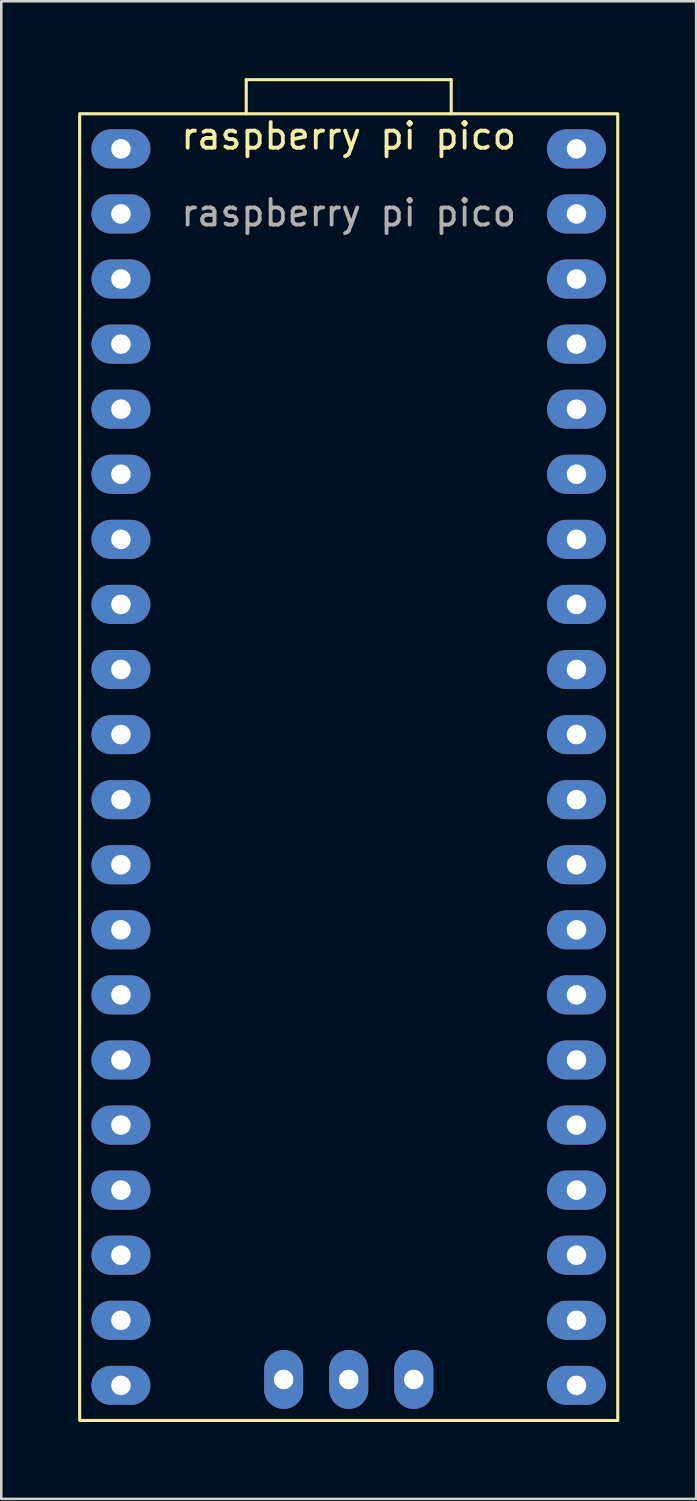
<source format=kicad_pcb>
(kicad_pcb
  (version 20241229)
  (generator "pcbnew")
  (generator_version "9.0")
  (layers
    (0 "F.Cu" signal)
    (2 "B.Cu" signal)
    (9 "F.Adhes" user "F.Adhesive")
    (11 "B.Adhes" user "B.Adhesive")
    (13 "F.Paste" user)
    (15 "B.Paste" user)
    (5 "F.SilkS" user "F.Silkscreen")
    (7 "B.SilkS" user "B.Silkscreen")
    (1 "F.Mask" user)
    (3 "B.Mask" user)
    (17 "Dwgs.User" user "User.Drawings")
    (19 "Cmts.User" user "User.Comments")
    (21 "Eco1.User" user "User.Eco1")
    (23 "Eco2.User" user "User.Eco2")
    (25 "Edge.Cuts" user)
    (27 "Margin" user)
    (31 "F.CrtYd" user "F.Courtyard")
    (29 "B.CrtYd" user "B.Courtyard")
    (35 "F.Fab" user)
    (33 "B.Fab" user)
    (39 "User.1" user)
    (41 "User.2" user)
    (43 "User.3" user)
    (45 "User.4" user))
  (footprint "raspberry pi pico"
    (layer "F.Cu")
    (at 10.56 2.76)
    (property "Reference" "raspberry pi pico" (at 0 -0.5 0) (unlocked yes) (layer "F.SilkS") (effects (font (size 1 1) (thickness 0.15))))
    (attr through_hole)
    (fp_line (start -4 -2.7) (end 4 -2.7) (stroke (width 0.12) (type solid)) (layer "F.SilkS"))
    (fp_line (start -4 -1.37) (end -4 -2.7) (stroke (width 0.12) (type solid)) (layer "F.SilkS"))
    (fp_line (start 4 -2.7) (end 4 -1.37) (stroke (width 0.12) (type solid)) (layer "F.SilkS"))
    (fp_rect (start -10.5 -1.37) (end 10.5 49.63) (stroke (width 0.12) (type solid)) (fill no) (layer "F.SilkS"))
    (fp_text user "${REFERENCE}" (at 0 2.5 0) (unlocked yes) (layer "F.Fab") (effects (font (size 1 1) (thickness 0.15))))
    (pad "1" thru_hole oval (at -8.89 0) (size 2.3 1.524) (drill 0.762) (layers "*.Cu" "*.Mask"))
    (pad "2" thru_hole oval (at -8.89 2.54) (size 2.3 1.524) (drill 0.762) (layers "*.Cu" "*.Mask"))
    (pad "3" thru_hole oval (at -8.89 5.08) (size 2.3 1.524) (drill 0.762) (layers "*.Cu" "*.Mask"))
    (pad "4" thru_hole oval (at -8.89 7.62) (size 2.3 1.524) (drill 0.762) (layers "*.Cu" "*.Mask"))
    (pad "5" thru_hole oval (at -8.89 10.16) (size 2.3 1.524) (drill 0.762) (layers "*.Cu" "*.Mask"))
    (pad "6" thru_hole oval (at -8.89 12.7) (size 2.3 1.524) (drill 0.762) (layers "*.Cu" "*.Mask"))
    (pad "7" thru_hole oval (at -8.89 15.24) (size 2.3 1.524) (drill 0.762) (layers "*.Cu" "*.Mask"))
    (pad "8" thru_hole oval (at -8.89 17.78) (size 2.3 1.524) (drill 0.762) (layers "*.Cu" "*.Mask"))
    (pad "9" thru_hole oval (at -8.89 20.32) (size 2.3 1.524) (drill 0.762) (layers "*.Cu" "*.Mask"))
    (pad "10" thru_hole oval (at -8.89 22.86) (size 2.3 1.524) (drill 0.762) (layers "*.Cu" "*.Mask"))
    (pad "11" thru_hole oval (at -8.89 25.4) (size 2.3 1.524) (drill 0.762) (layers "*.Cu" "*.Mask"))
    (pad "12" thru_hole oval (at -8.89 27.94) (size 2.3 1.524) (drill 0.762) (layers "*.Cu" "*.Mask"))
    (pad "13" thru_hole oval (at -8.89 30.48) (size 2.3 1.524) (drill 0.762) (layers "*.Cu" "*.Mask"))
    (pad "14" thru_hole oval (at -8.89 33.02) (size 2.3 1.524) (drill 0.762) (layers "*.Cu" "*.Mask"))
    (pad "15" thru_hole oval (at -8.89 35.56) (size 2.3 1.524) (drill 0.762) (layers "*.Cu" "*.Mask"))
    (pad "16" thru_hole oval (at -8.89 38.1) (size 2.3 1.524) (drill 0.762) (layers "*.Cu" "*.Mask"))
    (pad "17" thru_hole oval (at -8.89 40.64) (size 2.3 1.524) (drill 0.762) (layers "*.Cu" "*.Mask"))
    (pad "18" thru_hole oval (at -8.89 43.18) (size 2.3 1.524) (drill 0.762) (layers "*.Cu" "*.Mask"))
    (pad "19" thru_hole oval (at -8.89 45.72) (size 2.3 1.524) (drill 0.762) (layers "*.Cu" "*.Mask"))
    (pad "20" thru_hole oval (at -8.89 48.26) (size 2.3 1.524) (drill 0.762) (layers "*.Cu" "*.Mask"))
    (pad "21" thru_hole oval (at 8.89 48.26) (size 2.3 1.524) (drill 0.762) (layers "*.Cu" "*.Mask"))
    (pad "22" thru_hole oval (at 8.89 45.72) (size 2.3 1.524) (drill 0.762) (layers "*.Cu" "*.Mask"))
    (pad "23" thru_hole oval (at 8.89 43.18) (size 2.3 1.524) (drill 0.762) (layers "*.Cu" "*.Mask"))
    (pad "24" thru_hole oval (at 8.89 40.64) (size 2.3 1.524) (drill 0.762) (layers "*.Cu" "*.Mask"))
    (pad "25" thru_hole oval (at 8.89 38.1) (size 2.3 1.524) (drill 0.762) (layers "*.Cu" "*.Mask"))
    (pad "26" thru_hole oval (at 8.89 35.56) (size 2.3 1.524) (drill 0.762) (layers "*.Cu" "*.Mask"))
    (pad "27" thru_hole oval (at 8.89 33.02) (size 2.3 1.524) (drill 0.762) (layers "*.Cu" "*.Mask"))
    (pad "28" thru_hole oval (at 8.89 30.48) (size 2.3 1.524) (drill 0.762) (layers "*.Cu" "*.Mask"))
    (pad "29" thru_hole oval (at 8.89 27.94) (size 2.3 1.524) (drill 0.762) (layers "*.Cu" "*.Mask"))
    (pad "30" thru_hole oval (at 8.89 25.4) (size 2.3 1.524) (drill 0.762) (layers "*.Cu" "*.Mask"))
    (pad "31" thru_hole oval (at 8.89 22.86) (size 2.3 1.524) (drill 0.762) (layers "*.Cu" "*.Mask"))
    (pad "32" thru_hole oval (at 8.89 20.32) (size 2.3 1.524) (drill 0.762) (layers "*.Cu" "*.Mask"))
    (pad "33" thru_hole oval (at 8.89 17.78) (size 2.3 1.524) (drill 0.762) (layers "*.Cu" "*.Mask"))
    (pad "34" thru_hole oval (at 8.89 15.24) (size 2.3 1.524) (drill 0.762) (layers "*.Cu" "*.Mask"))
    (pad "35" thru_hole oval (at 8.89 12.7) (size 2.3 1.524) (drill 0.762) (layers "*.Cu" "*.Mask"))
    (pad "36" thru_hole oval (at 8.89 10.16) (size 2.3 1.524) (drill 0.762) (layers "*.Cu" "*.Mask"))
    (pad "37" thru_hole oval (at 8.89 7.62) (size 2.3 1.524) (drill 0.762) (layers "*.Cu" "*.Mask"))
    (pad "38" thru_hole oval (at 8.89 5.08) (size 2.3 1.524) (drill 0.762) (layers "*.Cu" "*.Mask"))
    (pad "39" thru_hole oval (at 8.89 2.54) (size 2.3 1.524) (drill 0.762) (layers "*.Cu" "*.Mask"))
    (pad "40" thru_hole oval (at 8.89 0) (size 2.3 1.524) (drill 0.762) (layers "*.Cu" "*.Mask"))
    (pad "41" thru_hole oval (at -2.54 48.03 90) (size 2.3 1.524) (drill 0.762) (layers "*.Cu" "*.Mask"))
    (pad "42" thru_hole oval (at 0 48.03 90) (size 2.3 1.524) (drill 0.762) (layers "*.Cu" "*.Mask"))
    (pad "43" thru_hole oval (at 2.54 48.03 90) (size 2.3 1.524) (drill 0.762) (layers "*.Cu" "*.Mask")))
  (gr_rect
    (start -3 -3)
    (end 24.12 55.45)
    (stroke (width 0.1) (type default))
    (fill no)
    (layer "Edge.Cuts")))
</source>
